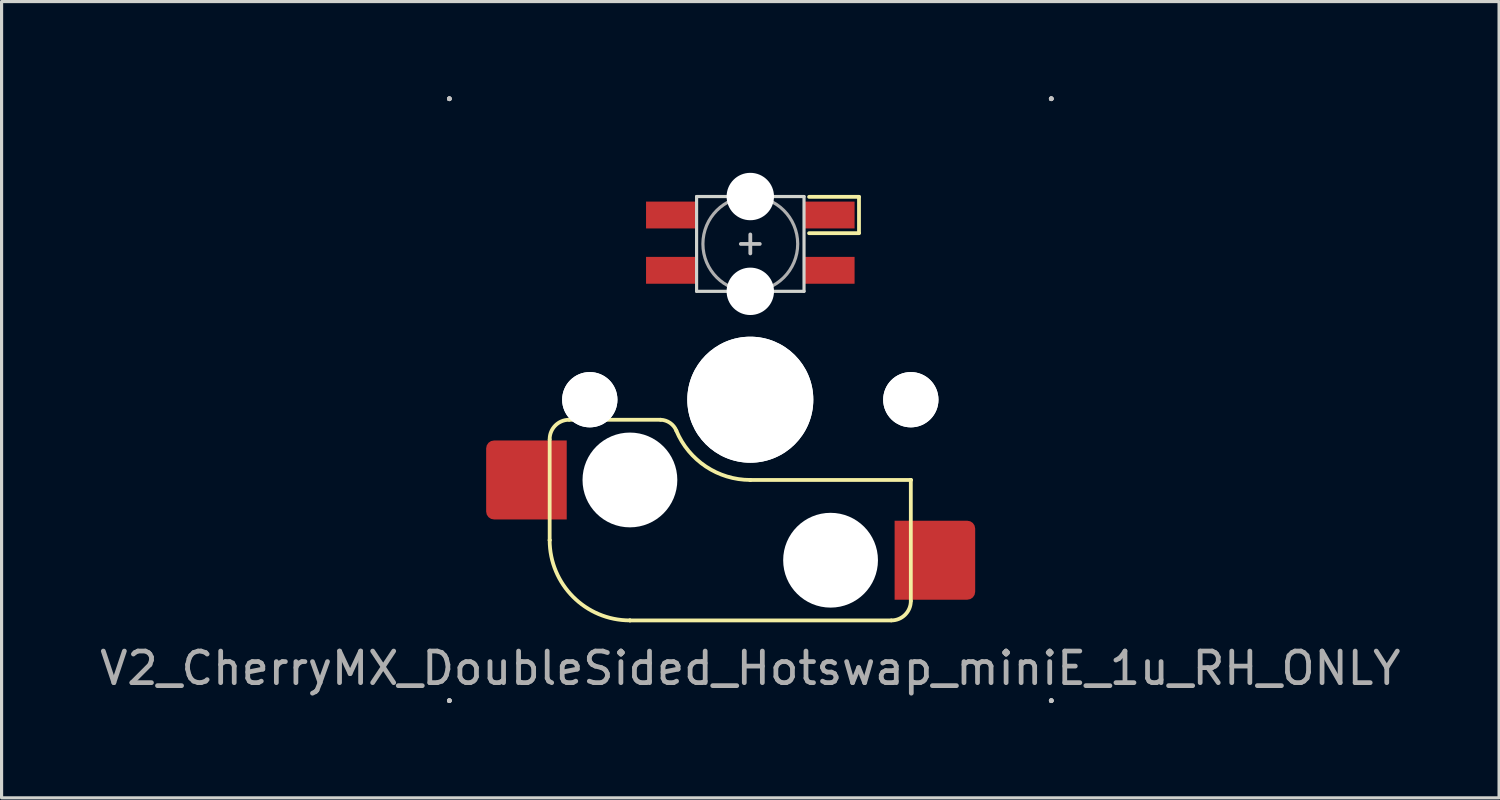
<source format=kicad_pcb>
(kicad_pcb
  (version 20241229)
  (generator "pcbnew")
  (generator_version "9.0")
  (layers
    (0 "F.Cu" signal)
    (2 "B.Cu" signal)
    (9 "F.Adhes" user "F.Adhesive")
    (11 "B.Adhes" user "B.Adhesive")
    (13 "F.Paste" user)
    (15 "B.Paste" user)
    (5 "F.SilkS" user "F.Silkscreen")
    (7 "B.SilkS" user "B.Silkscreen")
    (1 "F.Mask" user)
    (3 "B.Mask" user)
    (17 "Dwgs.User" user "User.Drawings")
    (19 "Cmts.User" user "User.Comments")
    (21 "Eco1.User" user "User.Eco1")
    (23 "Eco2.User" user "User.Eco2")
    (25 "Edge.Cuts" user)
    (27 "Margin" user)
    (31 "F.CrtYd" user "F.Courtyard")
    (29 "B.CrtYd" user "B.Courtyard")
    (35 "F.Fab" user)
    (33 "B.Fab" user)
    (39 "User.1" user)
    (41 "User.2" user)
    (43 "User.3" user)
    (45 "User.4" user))
  (footprint "V2_CherryMX_DoubleSided_Hotswap_miniE_1u_RH_ONLY"
    (layer "F.Cu")
    (at 20.696 9.6)
    (property "Reference" "V2_CherryMX_DoubleSided_Hotswap_miniE_1u_RH_ONLY" (at 0 8.5 0) (layer "F.Fab") (effects (font (size 1 1) (thickness 0.15))))
    (attr through_hole)
    (fp_poly (pts (xy -3.25 -6.22) (xy -1.75 -6.22) (xy -1.75 -5.47) (xy -3.25 -5.47)) (stroke (width 0.1) (type solid)) (fill yes) (layer "F.Mask"))
    (fp_poly (pts (xy -3.25 -4.47) (xy -1.75 -4.47) (xy -1.75 -3.72) (xy -3.25 -3.72)) (stroke (width 0.1) (type solid)) (fill yes) (layer "F.Mask"))
    (fp_poly (pts (xy 1.75 -4.47) (xy 3.25 -4.47) (xy 3.25 -3.72) (xy 1.75 -3.72)) (stroke (width 0.1) (type solid)) (fill yes) (layer "F.Mask"))
    (fp_poly (pts (xy 1.75 -6.22) (xy 2.85 -6.22) (xy 3.25 -5.82) (xy 3.25 -5.47) (xy 1.75 -5.47)) (stroke (width 0.1) (type solid)) (fill yes) (layer "F.Mask"))
    (fp_line (start -6.35 4.445) (end -6.35 1.26) (stroke (width 0.12) (type solid)) (layer "F.SilkS"))
    (fp_line (start -6.35 4.445) (end -6.35 4.445) (stroke (width 0.12) (type solid)) (layer "F.SilkS"))
    (fp_line (start -5.73 0.635) (end -2.84 0.635) (stroke (width 0.12) (type solid)) (layer "F.SilkS"))
    (fp_line (start -3.81 6.985) (end -3.81 6.985) (stroke (width 0.12) (type solid)) (layer "F.SilkS"))
    (fp_line (start -3.81 6.985) (end 4.46 6.985) (stroke (width 0.12) (type solid)) (layer "F.SilkS"))
    (fp_line (start 0 2.54) (end 0 2.54) (stroke (width 0.12) (type solid)) (layer "F.SilkS"))
    (fp_line (start 0 2.54) (end 5.08 2.54) (stroke (width 0.12) (type solid)) (layer "F.SilkS"))
    (fp_line (start 3.44 -6.42) (end 1.86 -6.42) (stroke (width 0.12) (type solid)) (layer "F.SilkS"))
    (fp_line (start 3.44 -5.278) (end 3.44 -6.42) (stroke (width 0.12) (type solid)) (layer "F.SilkS"))
    (fp_line (start 3.44 -5.27) (end 1.86 -5.27) (stroke (width 0.12) (type solid)) (layer "F.SilkS"))
    (fp_line (start 5.08 2.54) (end 5.08 2.54) (stroke (width 0.12) (type solid)) (layer "F.SilkS"))
    (fp_line (start 5.08 2.54) (end 5.08 2.54) (stroke (width 0.12) (type solid)) (layer "F.SilkS"))
    (fp_line (start 5.08 6.37) (end 5.08 2.54) (stroke (width 0.12) (type solid)) (layer "F.SilkS"))
    (fp_arc (start -6.35 1.25) (mid -6.169871 0.815129) (end -5.735 0.635) (stroke (width 0.12) (type default)) (layer "F.SilkS"))
    (fp_arc (start -3.81 6.985) (mid -5.606051 6.241051) (end -6.35 4.445) (stroke (width 0.12) (type solid)) (layer "F.SilkS"))
    (fp_arc (start -2.840072 0.635) (mid -2.539136 0.734324) (end -2.34 0.980845) (stroke (width 0.12) (type default)) (layer "F.SilkS"))
    (fp_arc (start 0 2.54) (mid -1.405313 2.115202) (end -2.34 0.983072) (stroke (width 0.12) (type solid)) (layer "F.SilkS"))
    (fp_arc (start 5.080129 6.37) (mid 4.9 6.80487) (end 4.465129 6.985) (stroke (width 0.12) (type default)) (layer "F.SilkS"))
    (fp_line (start -9.525 -9.525) (end -9.525 -9.525) (stroke (width 0.15) (type solid)) (layer "Dwgs.User"))
    (fp_line (start -9.525 -9.525) (end -9.525 -9.525) (stroke (width 0.15) (type solid)) (layer "Dwgs.User"))
    (fp_line (start -9.525 -9.525) (end -9.525 -9.525) (stroke (width 0.15) (type solid)) (layer "Dwgs.User"))
    (fp_line (start -9.525 -9.525) (end -9.525 -9.525) (stroke (width 0.15) (type solid)) (layer "Dwgs.User"))
    (fp_line (start -9.525 9.525) (end -9.525 9.525) (stroke (width 0.15) (type solid)) (layer "Dwgs.User"))
    (fp_line (start -9.525 9.525) (end -9.525 9.525) (stroke (width 0.15) (type solid)) (layer "Dwgs.User"))
    (fp_line (start -9.525 9.525) (end -9.525 9.525) (stroke (width 0.15) (type solid)) (layer "Dwgs.User"))
    (fp_line (start -9.525 9.525) (end -9.525 9.525) (stroke (width 0.15) (type solid)) (layer "Dwgs.User"))
    (fp_line (start -0.3 -4.93) (end 0.3 -4.93) (stroke (width 0.12) (type solid)) (layer "Dwgs.User"))
    (fp_line (start 0 -4.63) (end 0 -5.23) (stroke (width 0.12) (type solid)) (layer "Dwgs.User"))
    (fp_line (start 9.525 -9.525) (end 9.525 -9.525) (stroke (width 0.15) (type solid)) (layer "Dwgs.User"))
    (fp_line (start 9.525 -9.525) (end 9.525 -9.525) (stroke (width 0.15) (type solid)) (layer "Dwgs.User"))
    (fp_line (start 9.525 -9.525) (end 9.525 -9.525) (stroke (width 0.15) (type solid)) (layer "Dwgs.User"))
    (fp_line (start 9.525 -9.525) (end 9.525 -9.525) (stroke (width 0.15) (type solid)) (layer "Dwgs.User"))
    (fp_line (start 9.525 9.525) (end 9.525 9.525) (stroke (width 0.15) (type solid)) (layer "Dwgs.User"))
    (fp_line (start 9.525 9.525) (end 9.525 9.525) (stroke (width 0.15) (type solid)) (layer "Dwgs.User"))
    (fp_line (start 9.525 9.525) (end 9.525 9.525) (stroke (width 0.15) (type solid)) (layer "Dwgs.User"))
    (fp_line (start 9.525 9.525) (end 9.525 9.525) (stroke (width 0.15) (type solid)) (layer "Dwgs.User"))
    (fp_line (start -1.7 -6.43) (end -1.7 -3.43) (stroke (width 0.1) (type solid)) (layer "Edge.Cuts"))
    (fp_line (start 1.7 -6.43) (end -1.7 -6.43) (stroke (width 0.1) (type solid)) (layer "Edge.Cuts"))
    (fp_line (start 1.7 -3.43) (end -1.7 -3.43) (stroke (width 0.1) (type solid)) (layer "Edge.Cuts"))
    (fp_line (start 1.7 -3.43) (end 1.7 -6.43) (stroke (width 0.1) (type solid)) (layer "Edge.Cuts"))
    (fp_circle (center 0 -4.93) (end 0 -6.43) (stroke (width 0.1) (type solid)) (fill no) (layer "F.Fab"))
    (fp_line (start -9.525 9.525) (end -9.525 -9.525) (stroke (width 0.15) (type solid)) (layer "User.2"))
    (fp_line (start 9.525 -9.525) (end -9.525 -9.525) (stroke (width 0.15) (type solid)) (layer "User.2"))
    (fp_line (start 9.525 9.525) (end -9.525 9.525) (stroke (width 0.15) (type solid)) (layer "User.2"))
    (fp_line (start 9.525 9.525) (end 9.525 -9.525) (stroke (width 0.15) (type solid)) (layer "User.2"))
    (pad "" np_thru_hole circle (at -5.08 0 180) (size 1.75 1.75) (drill 1.75) (layers "*.Cu" "*.Mask"))
    (pad "" np_thru_hole circle (at -5.08 0 180) (size 1.75 1.75) (drill 1.75) (layers "*.Cu" "*.Mask"))
    (pad "" np_thru_hole circle (at -3.81 2.54 180) (size 3 3) (drill 3) (layers "*.Cu" "*.Mask"))
    (pad "" np_thru_hole circle (at 0 -6.43 180) (size 1.5 1.5) (drill 1.5) (layers "*.Cu" "*.Mask"))
    (pad "" np_thru_hole circle (at 0 -3.43 180) (size 1.5 1.5) (drill 1.5) (layers "*.Cu" "*.Mask"))
    (pad "" np_thru_hole circle (at 0 0 180) (size 3.988 3.988) (drill 3.988) (layers "*.Cu" "*.Mask"))
    (pad "" np_thru_hole circle (at 0 0 180) (size 3.988 3.988) (drill 3.988) (layers "*.Cu" "*.Mask"))
    (pad "" np_thru_hole circle (at 2.54 5.08 180) (size 3 3) (drill 3) (layers "*.Cu" "*.Mask"))
    (pad "" np_thru_hole circle (at 5.08 0 180) (size 1.75 1.75) (drill 1.75) (layers "*.Cu" "*.Mask"))
    (pad "" np_thru_hole circle (at 5.08 0 180) (size 1.75 1.75) (drill 1.75) (layers "*.Cu" "*.Mask"))
    (pad "1" smd rect (at -2.5 -4.095) (size 1.6 0.85) (layers "F.Cu"))
    (pad "2" smd rect (at -2.5 -5.845 180) (size 1.6 0.85) (layers "F.Cu"))
    (pad "3" smd rect (at 2.5 -5.845 180) (size 1.6 0.85) (layers "F.Cu"))
    (pad "4" smd rect (at 2.5 -4.095) (size 1.6 0.85) (layers "F.Cu"))
    (pad "5" smd roundrect (at 5.842 5.08 180) (size 2.55 2.5) (layers "F.Cu" "F.Mask" "F.Paste") (roundrect_rratio 0.1) (chamfer_ratio 0) (chamfer top_right bottom_right))
    (pad "6" smd roundrect (at -7.085 2.54 180) (size 2.55 2.5) (layers "F.Cu" "F.Mask" "F.Paste") (roundrect_rratio 0.1) (chamfer_ratio 0) (chamfer top_left bottom_left)))
  (gr_rect
    (start -3 -3)
    (end 44.393 22.2)
    (stroke (width 0.1) (type default))
    (fill no)
    (layer "Edge.Cuts")))
</source>
